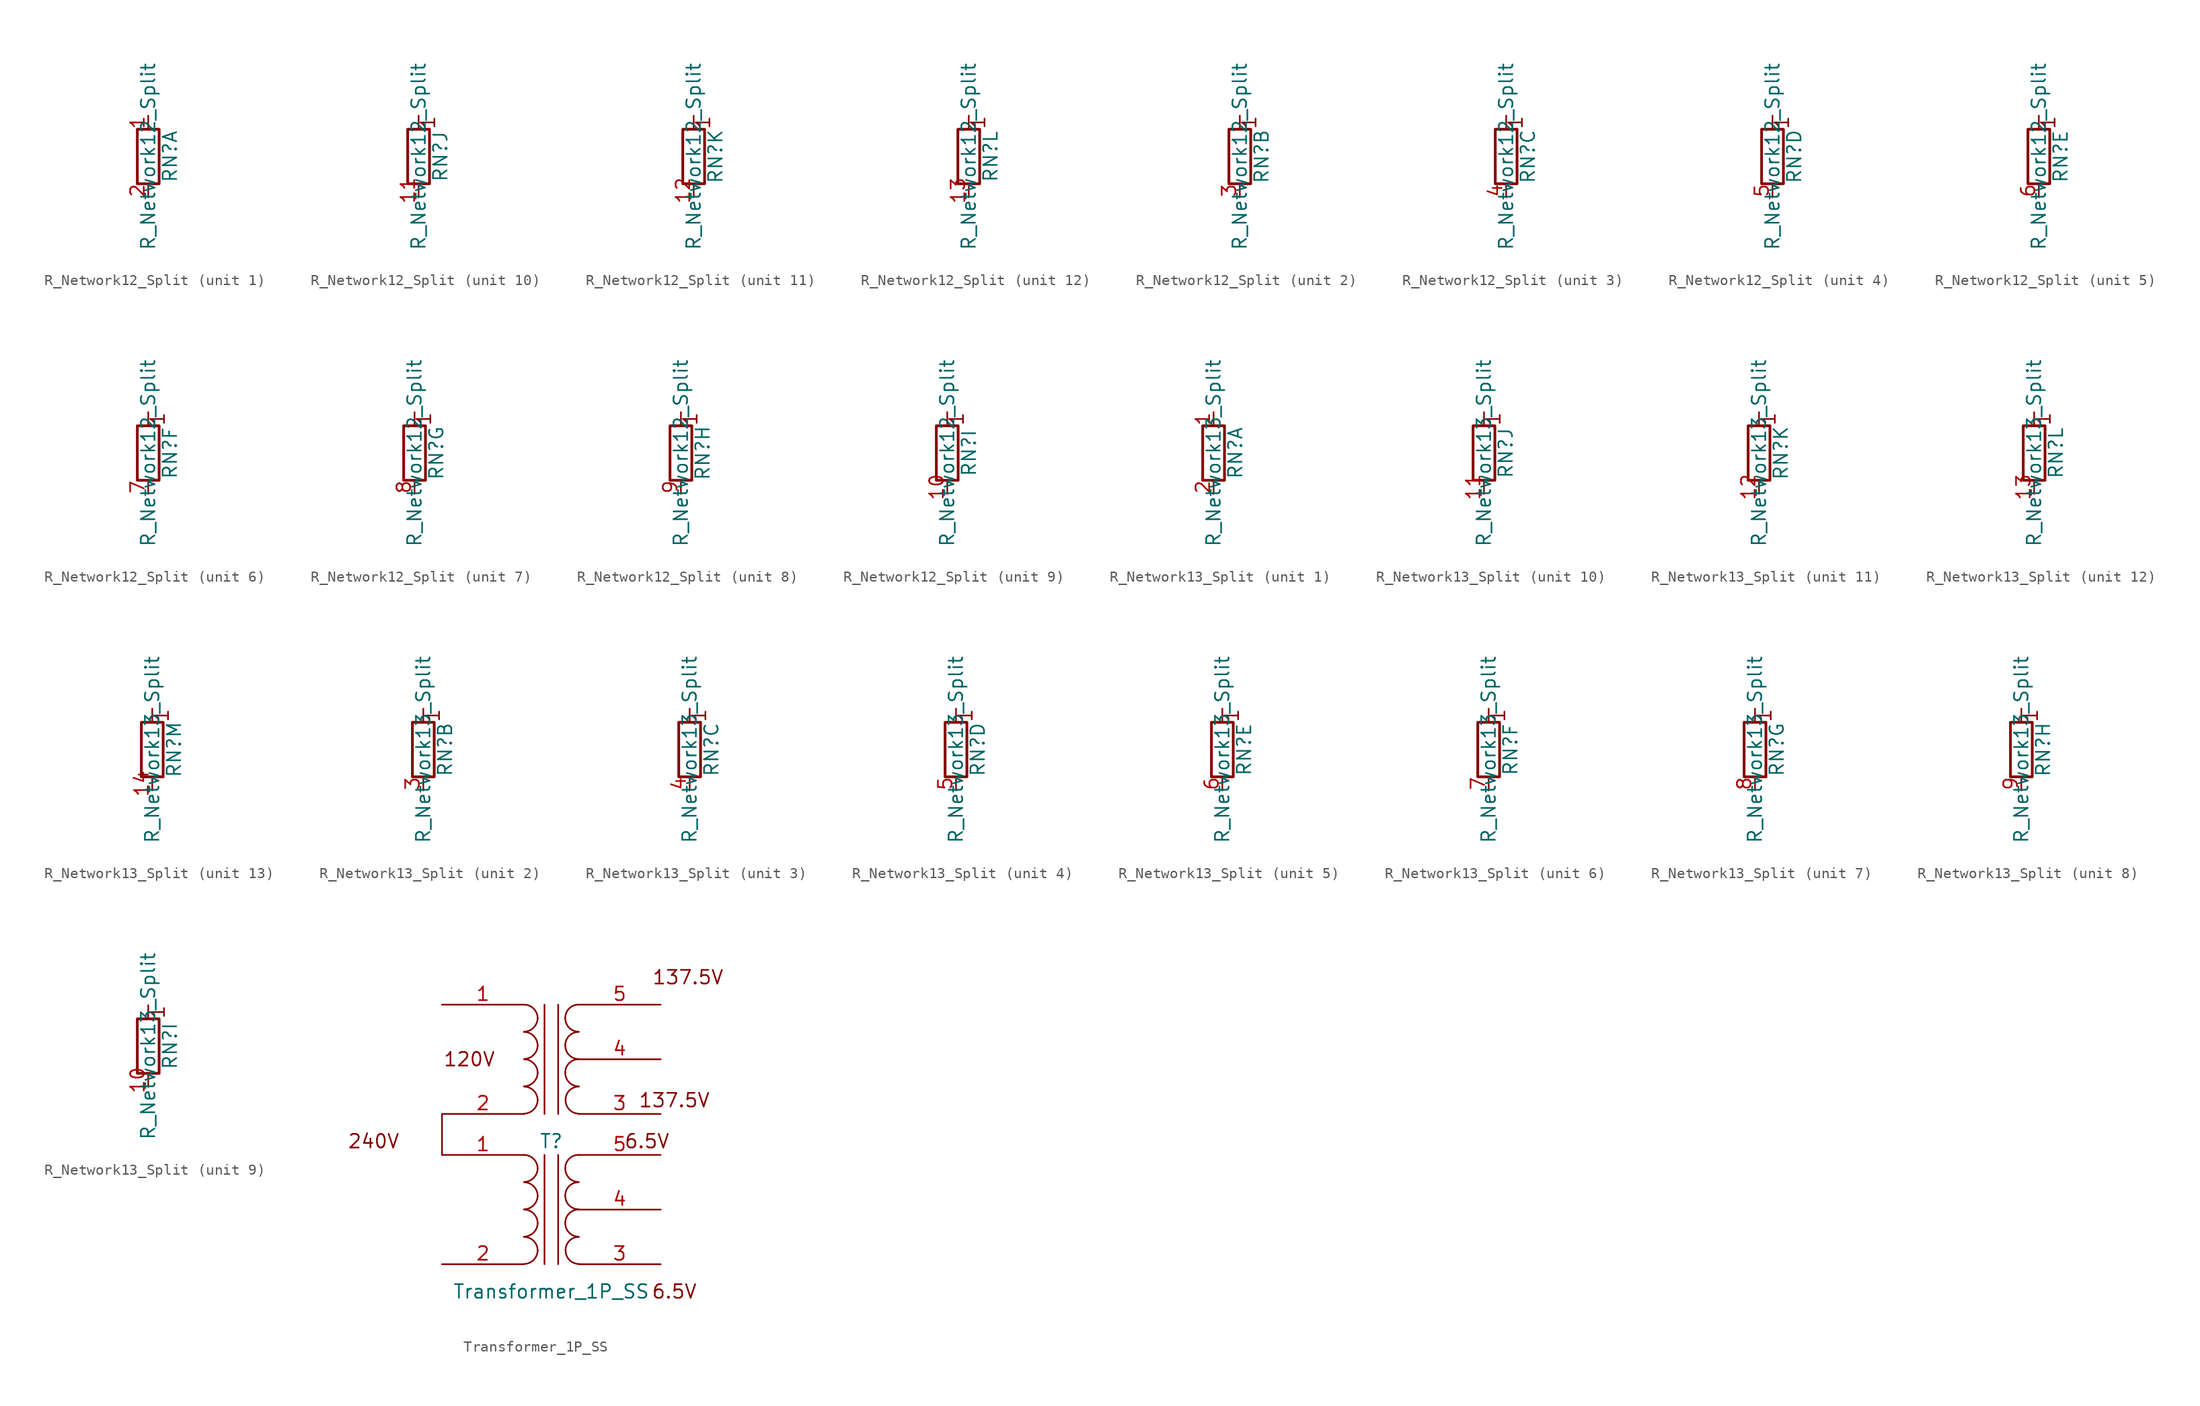
<source format=kicad_sym>
(kicad_symbol_lib
  (version 20220914)
  (generator kicad_symbol_editor)
  (symbol "R_Network12_Split"
    (pin_names
      (offset 0) hide)
    (property "Reference" "RN"
      (at 2.032 0 90)
      (effects (font (size 1.27 1.27))))
    (property "Value" "R_Network12_Split"
      (at 0 0 90)
      (effects (font (size 1.27 1.27))))
    (symbol "R_Network12_Split_0_1"
      (rectangle (start 1.016 2.54) (end -1.016 -2.54) (stroke (width 0.254) (type default)) (fill (type none))))
    (symbol "R_Network12_Split_1_1"
      (pin passive line (at 0 3.81 270) (length 1.27) (name "R1.1" (effects (font (size 1.27 1.27)))) (number "1" (effects (font (size 1.27 1.27)))))
      (pin passive line (at 0 -3.81 90) (length 1.27) (name "R1.2" (effects (font (size 1.27 1.27)))) (number "2" (effects (font (size 1.27 1.27))))))
    (symbol "R_Network12_Split_2_1"
      (polyline (pts (xy 0 2.54) (xy 0 3.81)) (stroke (width 0) (type default)) (fill (type none)))
      (text "1" (at 0.889 3.175 900) (effects (font (size 1.27 1.27))))
      (pin passive line (at 0 -3.81 90) (length 1.27) (name "R2.2" (effects (font (size 1.27 1.27)))) (number "3" (effects (font (size 1.27 1.27))))))
    (symbol "R_Network12_Split_3_1"
      (polyline (pts (xy 0 2.54) (xy 0 3.81)) (stroke (width 0) (type default)) (fill (type none)))
      (text "1" (at 0.889 3.175 900) (effects (font (size 1.27 1.27))))
      (pin passive line (at 0 -3.81 90) (length 1.27) (name "R3.2" (effects (font (size 1.27 1.27)))) (number "4" (effects (font (size 1.27 1.27))))))
    (symbol "R_Network12_Split_4_1"
      (polyline (pts (xy 0 2.54) (xy 0 3.81)) (stroke (width 0) (type default)) (fill (type none)))
      (text "1" (at 0.889 3.175 900) (effects (font (size 1.27 1.27))))
      (pin passive line (at 0 -3.81 90) (length 1.27) (name "R4.2" (effects (font (size 1.27 1.27)))) (number "5" (effects (font (size 1.27 1.27))))))
    (symbol "R_Network12_Split_5_1"
      (polyline (pts (xy 0 2.54) (xy 0 3.81)) (stroke (width 0) (type default)) (fill (type none)))
      (text "1" (at 0.889 3.175 900) (effects (font (size 1.27 1.27))))
      (pin passive line (at 0 -3.81 90) (length 1.27) (name "R5.2" (effects (font (size 1.27 1.27)))) (number "6" (effects (font (size 1.27 1.27))))))
    (symbol "R_Network12_Split_6_1"
      (polyline (pts (xy 0 2.54) (xy 0 3.81)) (stroke (width 0) (type default)) (fill (type none)))
      (text "1" (at 0.889 3.175 900) (effects (font (size 1.27 1.27))))
      (pin passive line (at 0 -3.81 90) (length 1.27) (name "R6.2" (effects (font (size 1.27 1.27)))) (number "7" (effects (font (size 1.27 1.27))))))
    (symbol "R_Network12_Split_7_1"
      (polyline (pts (xy 0 2.54) (xy 0 3.81)) (stroke (width 0) (type default)) (fill (type none)))
      (text "1" (at 0.889 3.175 900) (effects (font (size 1.27 1.27))))
      (pin passive line (at 0 -3.81 90) (length 1.27) (name "R7.2" (effects (font (size 1.27 1.27)))) (number "8" (effects (font (size 1.27 1.27))))))
    (symbol "R_Network12_Split_8_1"
      (polyline (pts (xy 0 2.54) (xy 0 3.81)) (stroke (width 0) (type default)) (fill (type none)))
      (text "1" (at 0.889 3.175 900) (effects (font (size 1.27 1.27))))
      (pin passive line (at 0 -3.81 90) (length 1.27) (name "R8.2" (effects (font (size 1.27 1.27)))) (number "9" (effects (font (size 1.27 1.27))))))
    (symbol "R_Network12_Split_9_1"
      (polyline (pts (xy 0 2.54) (xy 0 3.81)) (stroke (width 0) (type default)) (fill (type none)))
      (text "1" (at 0.889 3.175 900) (effects (font (size 1.27 1.27))))
      (pin passive line (at 0 -3.81 90) (length 1.27) (name "R9.2" (effects (font (size 1.27 1.27)))) (number "10" (effects (font (size 1.27 1.27))))))
    (symbol "R_Network12_Split_10_1"
      (polyline (pts (xy 0 2.54) (xy 0 3.81)) (stroke (width 0) (type default)) (fill (type none)))
      (text "1" (at 0.889 3.175 900) (effects (font (size 1.27 1.27))))
      (pin passive line (at 0 -3.81 90) (length 1.27) (name "R10.2" (effects (font (size 1.27 1.27)))) (number "11" (effects (font (size 1.27 1.27))))))
    (symbol "R_Network12_Split_11_1"
      (polyline (pts (xy 0 2.54) (xy 0 3.81)) (stroke (width 0) (type default)) (fill (type none)))
      (text "1" (at 0.889 3.175 900) (effects (font (size 1.27 1.27))))
      (pin passive line (at 0 -3.81 90) (length 1.27) (name "R11.2" (effects (font (size 1.27 1.27)))) (number "12" (effects (font (size 1.27 1.27))))))
    (symbol "R_Network12_Split_12_1"
      (polyline (pts (xy 0 2.54) (xy 0 3.81)) (stroke (width 0) (type default)) (fill (type none)))
      (text "1" (at 0.889 3.175 900) (effects (font (size 1.27 1.27))))
      (pin passive line (at 0 -3.81 90) (length 1.27) (name "R12.2" (effects (font (size 1.27 1.27)))) (number "13" (effects (font (size 1.27 1.27)))))))
  (symbol "R_Network13_Split"
    (pin_names
      (offset 0) hide)
    (property "Reference" "RN"
      (at 2.032 0 90)
      (effects (font (size 1.27 1.27))))
    (property "Value" "R_Network13_Split"
      (at 0 0 90)
      (effects (font (size 1.27 1.27))))
    (symbol "R_Network13_Split_0_1"
      (rectangle (start 1.016 2.54) (end -1.016 -2.54) (stroke (width 0.254) (type default)) (fill (type none))))
    (symbol "R_Network13_Split_1_1"
      (pin passive line (at 0 3.81 270) (length 1.27) (name "R1.1" (effects (font (size 1.27 1.27)))) (number "1" (effects (font (size 1.27 1.27)))))
      (pin passive line (at 0 -3.81 90) (length 1.27) (name "R1.2" (effects (font (size 1.27 1.27)))) (number "2" (effects (font (size 1.27 1.27))))))
    (symbol "R_Network13_Split_2_1"
      (polyline (pts (xy 0 2.54) (xy 0 3.81)) (stroke (width 0) (type default)) (fill (type none)))
      (text "1" (at 0.889 3.175 900) (effects (font (size 1.27 1.27))))
      (pin passive line (at 0 -3.81 90) (length 1.27) (name "R2.2" (effects (font (size 1.27 1.27)))) (number "3" (effects (font (size 1.27 1.27))))))
    (symbol "R_Network13_Split_3_1"
      (polyline (pts (xy 0 2.54) (xy 0 3.81)) (stroke (width 0) (type default)) (fill (type none)))
      (text "1" (at 0.889 3.175 900) (effects (font (size 1.27 1.27))))
      (pin passive line (at 0 -3.81 90) (length 1.27) (name "R3.2" (effects (font (size 1.27 1.27)))) (number "4" (effects (font (size 1.27 1.27))))))
    (symbol "R_Network13_Split_4_1"
      (polyline (pts (xy 0 2.54) (xy 0 3.81)) (stroke (width 0) (type default)) (fill (type none)))
      (text "1" (at 0.889 3.175 900) (effects (font (size 1.27 1.27))))
      (pin passive line (at 0 -3.81 90) (length 1.27) (name "R4.2" (effects (font (size 1.27 1.27)))) (number "5" (effects (font (size 1.27 1.27))))))
    (symbol "R_Network13_Split_5_1"
      (polyline (pts (xy 0 2.54) (xy 0 3.81)) (stroke (width 0) (type default)) (fill (type none)))
      (text "1" (at 0.889 3.175 900) (effects (font (size 1.27 1.27))))
      (pin passive line (at 0 -3.81 90) (length 1.27) (name "R5.2" (effects (font (size 1.27 1.27)))) (number "6" (effects (font (size 1.27 1.27))))))
    (symbol "R_Network13_Split_6_1"
      (polyline (pts (xy 0 2.54) (xy 0 3.81)) (stroke (width 0) (type default)) (fill (type none)))
      (text "1" (at 0.889 3.175 900) (effects (font (size 1.27 1.27))))
      (pin passive line (at 0 -3.81 90) (length 1.27) (name "R6.2" (effects (font (size 1.27 1.27)))) (number "7" (effects (font (size 1.27 1.27))))))
    (symbol "R_Network13_Split_7_1"
      (polyline (pts (xy 0 2.54) (xy 0 3.81)) (stroke (width 0) (type default)) (fill (type none)))
      (text "1" (at 0.889 3.175 900) (effects (font (size 1.27 1.27))))
      (pin passive line (at 0 -3.81 90) (length 1.27) (name "R7.2" (effects (font (size 1.27 1.27)))) (number "8" (effects (font (size 1.27 1.27))))))
    (symbol "R_Network13_Split_8_1"
      (polyline (pts (xy 0 2.54) (xy 0 3.81)) (stroke (width 0) (type default)) (fill (type none)))
      (text "1" (at 0.889 3.175 900) (effects (font (size 1.27 1.27))))
      (pin passive line (at 0 -3.81 90) (length 1.27) (name "R8.2" (effects (font (size 1.27 1.27)))) (number "9" (effects (font (size 1.27 1.27))))))
    (symbol "R_Network13_Split_9_1"
      (polyline (pts (xy 0 2.54) (xy 0 3.81)) (stroke (width 0) (type default)) (fill (type none)))
      (text "1" (at 0.889 3.175 900) (effects (font (size 1.27 1.27))))
      (pin passive line (at 0 -3.81 90) (length 1.27) (name "R9.2" (effects (font (size 1.27 1.27)))) (number "10" (effects (font (size 1.27 1.27))))))
    (symbol "R_Network13_Split_10_1"
      (polyline (pts (xy 0 2.54) (xy 0 3.81)) (stroke (width 0) (type default)) (fill (type none)))
      (text "1" (at 0.889 3.175 900) (effects (font (size 1.27 1.27))))
      (pin passive line (at 0 -3.81 90) (length 1.27) (name "R10.2" (effects (font (size 1.27 1.27)))) (number "11" (effects (font (size 1.27 1.27))))))
    (symbol "R_Network13_Split_11_1"
      (polyline (pts (xy 0 2.54) (xy 0 3.81)) (stroke (width 0) (type default)) (fill (type none)))
      (text "1" (at 0.889 3.175 900) (effects (font (size 1.27 1.27))))
      (pin passive line (at 0 -3.81 90) (length 1.27) (name "R11.2" (effects (font (size 1.27 1.27)))) (number "12" (effects (font (size 1.27 1.27))))))
    (symbol "R_Network13_Split_12_1"
      (polyline (pts (xy 0 2.54) (xy 0 3.81)) (stroke (width 0) (type default)) (fill (type none)))
      (text "1" (at 0.889 3.175 900) (effects (font (size 1.27 1.27))))
      (pin passive line (at 0 -3.81 90) (length 1.27) (name "R12.2" (effects (font (size 1.27 1.27)))) (number "13" (effects (font (size 1.27 1.27))))))
    (symbol "R_Network13_Split_13_1"
      (polyline (pts (xy 0 2.54) (xy 0 3.81)) (stroke (width 0) (type default)) (fill (type none)))
      (text "1" (at 0.889 3.175 900) (effects (font (size 1.27 1.27))))
      (pin passive line (at 0 -3.81 90) (length 1.27) (name "R13.2" (effects (font (size 1.27 1.27)))) (number "14" (effects (font (size 1.27 1.27)))))))
  (symbol "Transformer_1P_SS"
    (pin_names
      (offset 1.016) hide)
    (property "Reference" "T"
      (at 0 6.35 0)
      (effects (font (size 1.27 1.27))))
    (property "Value" "Transformer_1P_SS"
      (at 0 -7.62 0)
      (effects (font (size 1.27 1.27))))
    (symbol "Transformer_1P_SS_0_1"
      (arc (start -2.54 -5.0546) (mid -1.6599 -4.6901) (end -1.27 -3.81) (stroke (width 0) (type default)) (fill (type none)))
      (arc (start -2.54 -2.5146) (mid -1.6599 -2.1501) (end -1.27 -1.27) (stroke (width 0) (type default)) (fill (type none)))
      (arc (start -2.54 0.0254) (mid -1.6599 0.3899) (end -1.27 1.27) (stroke (width 0) (type default)) (fill (type none)))
      (arc (start -2.54 2.5654) (mid -1.6599 2.9299) (end -1.27 3.81) (stroke (width 0) (type default)) (fill (type none)))
      (arc (start -2.54 8.9154) (mid -1.6561 9.2837) (end -1.27 10.16) (stroke (width 0) (type default)) (fill (type none)))
      (arc (start -2.54 11.4554) (mid -1.6561 11.8237) (end -1.27 12.7) (stroke (width 0) (type default)) (fill (type none)))
      (arc (start -2.54 13.9954) (mid -1.6561 14.3637) (end -1.27 15.24) (stroke (width 0) (type default)) (fill (type none)))
      (arc (start -2.54 16.5354) (mid -1.6561 16.9037) (end -1.27 17.78) (stroke (width 0) (type default)) (fill (type none)))
      (arc (start -1.27 -3.81) (mid -1.642 -2.912) (end -2.54 -2.54) (stroke (width 0) (type default)) (fill (type none)))
      (arc (start -1.27 -1.27) (mid -1.642 -0.372) (end -2.54 0) (stroke (width 0) (type default)) (fill (type none)))
      (arc (start -1.27 1.27) (mid -1.642 2.168) (end -2.54 2.54) (stroke (width 0) (type default)) (fill (type none)))
      (arc (start -1.27 3.81) (mid -1.642 4.708) (end -2.54 5.08) (stroke (width 0) (type default)) (fill (type none)))
      (arc (start -1.27 10.16) (mid -1.642 11.058) (end -2.54 11.43) (stroke (width 0) (type default)) (fill (type none)))
      (arc (start -1.27 12.7) (mid -1.642 13.598) (end -2.54 13.97) (stroke (width 0) (type default)) (fill (type none)))
      (arc (start -1.27 15.24) (mid -1.642 16.138) (end -2.54 16.51) (stroke (width 0) (type default)) (fill (type none)))
      (arc (start -1.27 17.78) (mid -1.642 18.678) (end -2.54 19.05) (stroke (width 0) (type default)) (fill (type none)))
      (polyline (pts (xy -10.16 8.89) (xy -10.16 5.08)) (stroke (width 0) (type default)) (fill (type none)))
      (polyline (pts (xy -0.635 5.08) (xy -0.635 -5.08)) (stroke (width 0) (type default)) (fill (type none)))
      (polyline (pts (xy -0.635 19.05) (xy -0.635 8.89)) (stroke (width 0) (type default)) (fill (type none)))
      (polyline (pts (xy 0.635 -5.08) (xy 0.635 5.08)) (stroke (width 0) (type default)) (fill (type none)))
      (polyline (pts (xy 0.635 8.89) (xy 0.635 19.05)) (stroke (width 0) (type default)) (fill (type none)))
      (arc (start 1.2954 -1.27) (mid 1.6599 -2.1501) (end 2.54 -2.5146) (stroke (width 0) (type default)) (fill (type none)))
      (arc (start 1.2954 1.27) (mid 1.6599 0.3899) (end 2.54 0.0254) (stroke (width 0) (type default)) (fill (type none)))
      (arc (start 1.2954 3.81) (mid 1.6599 2.9299) (end 2.54 2.5654) (stroke (width 0) (type default)) (fill (type none)))
      (arc (start 1.2954 12.7) (mid 1.6599 11.8199) (end 2.54 11.4554) (stroke (width 0) (type default)) (fill (type none)))
      (arc (start 1.2954 15.24) (mid 1.6599 14.3599) (end 2.54 13.9954) (stroke (width 0) (type default)) (fill (type none)))
      (arc (start 1.2954 17.78) (mid 1.6599 16.8999) (end 2.54 16.5354) (stroke (width 0) (type default)) (fill (type none)))
      (arc (start 1.3208 -3.81) (mid 1.6853 -4.6901) (end 2.5654 -5.0546) (stroke (width 0) (type default)) (fill (type none)))
      (arc (start 1.3208 10.16) (mid 1.6854 9.2801) (end 2.5654 8.9154) (stroke (width 0) (type default)) (fill (type none)))
      (arc (start 2.54 0) (mid 1.642 -0.372) (end 1.2954 -1.27) (stroke (width 0) (type default)) (fill (type none)))
      (arc (start 2.54 2.54) (mid 1.642 2.168) (end 1.2954 1.27) (stroke (width 0) (type default)) (fill (type none)))
      (arc (start 2.54 5.08) (mid 1.642 4.708) (end 1.2954 3.81) (stroke (width 0) (type default)) (fill (type none)))
      (arc (start 2.54 13.97) (mid 1.6458 13.6015) (end 1.2954 12.7) (stroke (width 0) (type default)) (fill (type none)))
      (arc (start 2.54 16.51) (mid 1.6458 16.1415) (end 1.2954 15.24) (stroke (width 0) (type default)) (fill (type none)))
      (arc (start 2.54 19.05) (mid 1.6458 18.6815) (end 1.2954 17.78) (stroke (width 0) (type default)) (fill (type none)))
      (arc (start 2.5654 -2.54) (mid 1.6674 -2.912) (end 1.3208 -3.81) (stroke (width 0) (type default)) (fill (type none)))
      (arc (start 2.5654 11.43) (mid 1.6709 11.0617) (end 1.3208 10.16) (stroke (width 0) (type default)) (fill (type none))))
    (symbol "Transformer_1P_SS_1_1"
      (text "120V" (at -7.62 13.97 0) (effects (font (size 1.27 1.27))))
      (text "137.5V" (at 11.43 10.16 0) (effects (font (size 1.27 1.27))))
      (text "137.5V" (at 12.7 21.59 0) (effects (font (size 1.27 1.27))))
      (text "240V\n" (at -16.51 6.35 0) (effects (font (size 1.27 1.27))))
      (text "6.5V" (at 8.89 6.35 0) (effects (font (size 1.27 1.27))))
      (text "6.5V" (at 11.43 -7.62 0) (effects (font (size 1.27 1.27))))
      (pin passive line (at -10.16 5.08 0) (length 7.62) (name "AA" (effects (font (size 1.27 1.27)))) (number "1" (effects (font (size 1.27 1.27)))))
      (pin passive line (at -10.16 19.05 0) (length 7.62) (name "AA" (effects (font (size 1.27 1.27)))) (number "1" (effects (font (size 1.27 1.27)))))
      (pin passive line (at -10.16 -5.08 0) (length 7.62) (name "AB" (effects (font (size 1.27 1.27)))) (number "2" (effects (font (size 1.27 1.27)))))
      (pin passive line (at -10.16 8.89 0) (length 7.62) (name "AB" (effects (font (size 1.27 1.27)))) (number "2" (effects (font (size 1.27 1.27)))))
      (pin passive line (at 10.16 -5.08 180) (length 7.62) (name "SA" (effects (font (size 1.27 1.27)))) (number "3" (effects (font (size 1.27 1.27)))))
      (pin passive line (at 10.16 8.89 180) (length 7.62) (name "SA" (effects (font (size 1.27 1.27)))) (number "3" (effects (font (size 1.27 1.27)))))
      (pin passive line (at 10.16 0 180) (length 7.62) (name "SC" (effects (font (size 1.27 1.27)))) (number "4" (effects (font (size 1.27 1.27)))))
      (pin passive line (at 10.16 13.97 180) (length 7.62) (name "SC" (effects (font (size 1.27 1.27)))) (number "4" (effects (font (size 1.27 1.27)))))
      (pin passive line (at 10.16 5.08 180) (length 7.62) (name "SB" (effects (font (size 1.27 1.27)))) (number "5" (effects (font (size 1.27 1.27)))))
      (pin passive line (at 10.16 19.05 180) (length 7.62) (name "SB" (effects (font (size 1.27 1.27)))) (number "5" (effects (font (size 1.27 1.27))))))))
</source>
